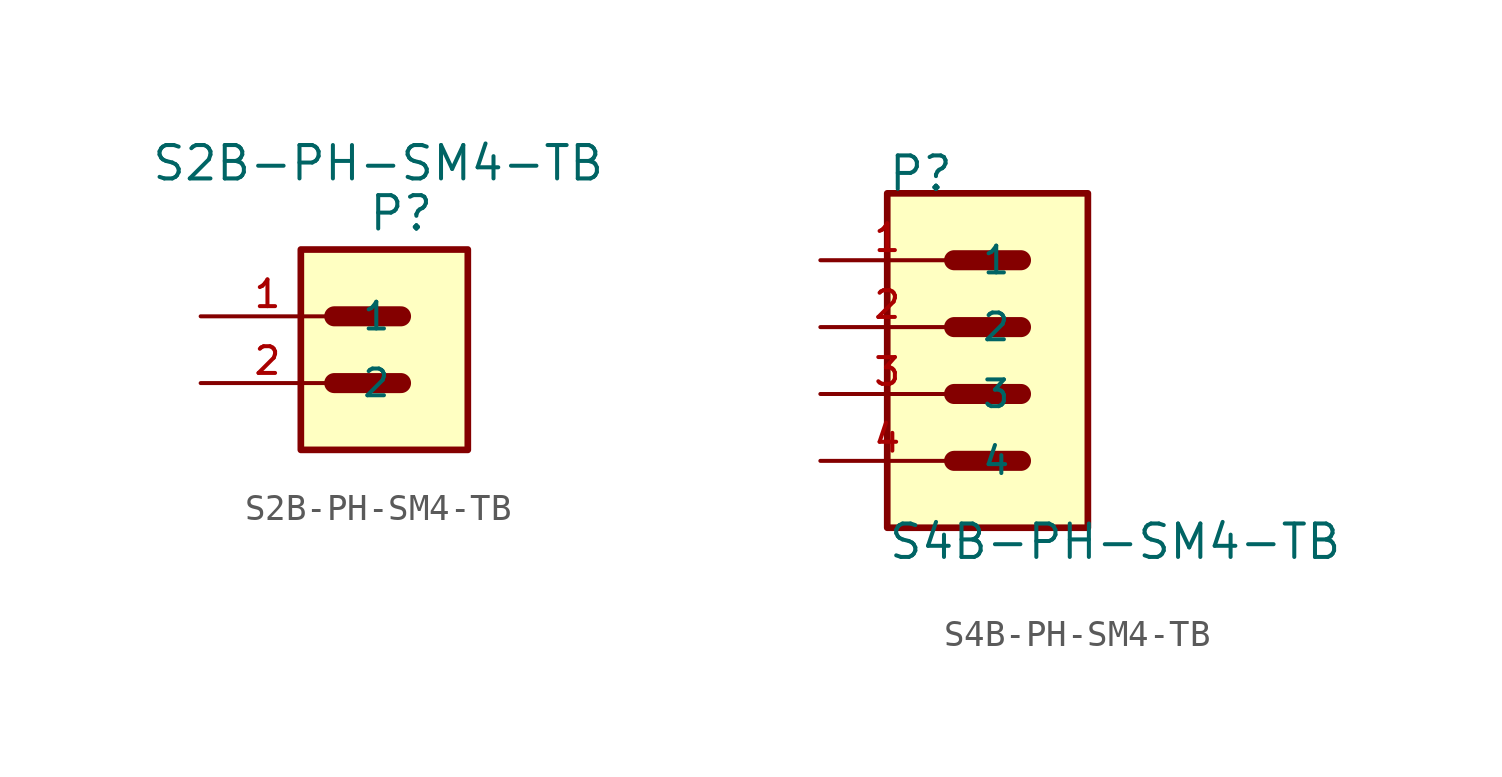
<source format=kicad_sym>
(kicad_symbol_lib
  (version 20220914)
  (generator kicad_symbol_editor)
  (symbol "S2B-PH-SM4-TB"
    (pin_names
      (offset 1.016))
    (property "Reference" "P"
      (at 1.27 4.445 0)
      (effects (font (size 1.27 1.27)) (justify left bottom)))
    (property "Value" "S2B-PH-SM4-TB"
      (at -6.985 6.35 0)
      (effects (font (size 1.27 1.27)) (justify left bottom)))
    (symbol "S2B-PH-SM4-TB_0_0"
      (rectangle (start -1.27 3.81) (end 5.08 -3.81) (stroke (width 0.254) (type default)) (fill (type background)))
      (polyline (pts (xy 0 -1.27) (xy 2.54 -1.27)) (stroke (width 0.762) (type default)) (fill (type none)))
      (polyline (pts (xy 0 1.27) (xy 2.54 1.27)) (stroke (width 0.762) (type default)) (fill (type none)))
      (pin passive line (at -5.08 1.27 0) (length 5.08) (name "1" (effects (font (size 1.016 1.016)))) (number "1" (effects (font (size 1.016 1.016)))))
      (pin passive line (at -5.08 -1.27 0) (length 5.08) (name "2" (effects (font (size 1.016 1.016)))) (number "2" (effects (font (size 1.016 1.016)))))))
  (symbol "S4B-PH-SM4-TB"
    (pin_names
      (offset 1.016))
    (property "Reference" "P"
      (at -2.543 6.357 0)
      (effects (font (size 1.27 1.27)) (justify left bottom)))
    (property "Value" "S4B-PH-SM4-TB"
      (at -2.541 -7.623 0)
      (effects (font (size 1.27 1.27)) (justify left bottom)))
    (symbol "S4B-PH-SM4-TB_0_0"
      (rectangle (start -2.54 -6.35) (end 5.08 6.35) (stroke (width 0.254) (type default)) (fill (type background)))
      (polyline (pts (xy 0 -3.81) (xy 2.54 -3.81)) (stroke (width 0.762) (type default)) (fill (type none)))
      (polyline (pts (xy 0 -1.27) (xy 2.54 -1.27)) (stroke (width 0.762) (type default)) (fill (type none)))
      (polyline (pts (xy 0 1.27) (xy 2.54 1.27)) (stroke (width 0.762) (type default)) (fill (type none)))
      (polyline (pts (xy 0 3.81) (xy 2.54 3.81)) (stroke (width 0.762) (type default)) (fill (type none)))
      (pin passive line (at -5.08 3.81 0) (length 5.08) (name "1" (effects (font (size 1.016 1.016)))) (number "1" (effects (font (size 1.016 1.016)))))
      (pin passive line (at -5.08 1.27 0) (length 5.08) (name "2" (effects (font (size 1.016 1.016)))) (number "2" (effects (font (size 1.016 1.016)))))
      (pin passive line (at -5.08 -1.27 0) (length 5.08) (name "3" (effects (font (size 1.016 1.016)))) (number "3" (effects (font (size 1.016 1.016)))))
      (pin passive line (at -5.08 -3.81 0) (length 5.08) (name "4" (effects (font (size 1.016 1.016)))) (number "4" (effects (font (size 1.016 1.016))))))))
</source>
